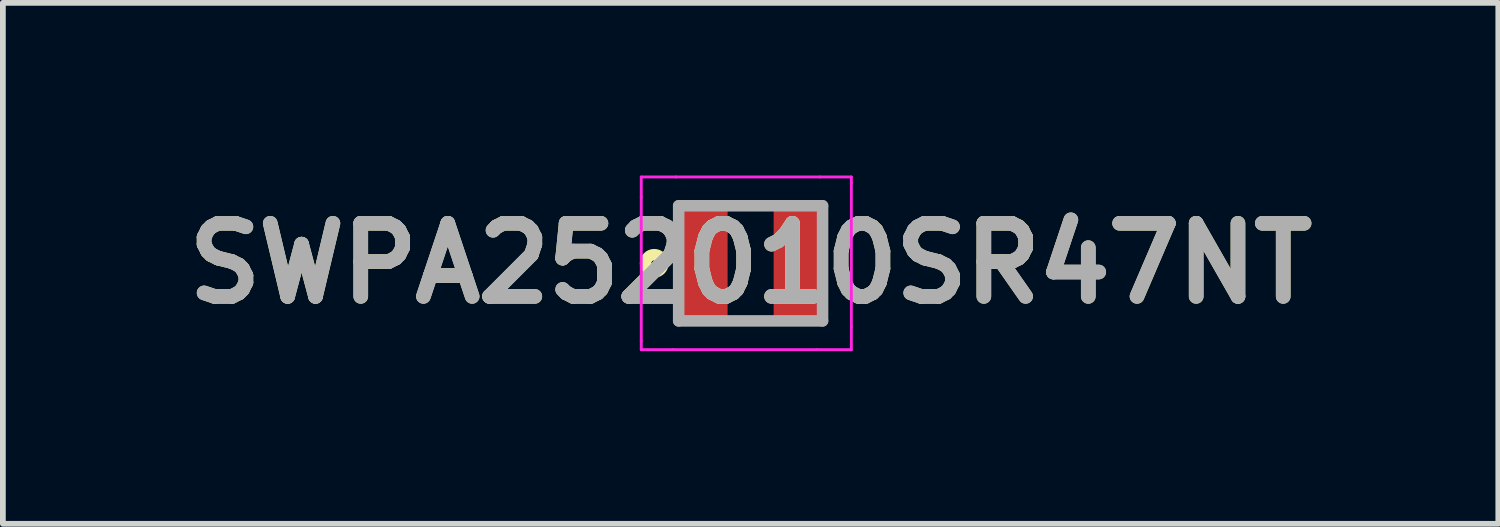
<source format=kicad_pcb>
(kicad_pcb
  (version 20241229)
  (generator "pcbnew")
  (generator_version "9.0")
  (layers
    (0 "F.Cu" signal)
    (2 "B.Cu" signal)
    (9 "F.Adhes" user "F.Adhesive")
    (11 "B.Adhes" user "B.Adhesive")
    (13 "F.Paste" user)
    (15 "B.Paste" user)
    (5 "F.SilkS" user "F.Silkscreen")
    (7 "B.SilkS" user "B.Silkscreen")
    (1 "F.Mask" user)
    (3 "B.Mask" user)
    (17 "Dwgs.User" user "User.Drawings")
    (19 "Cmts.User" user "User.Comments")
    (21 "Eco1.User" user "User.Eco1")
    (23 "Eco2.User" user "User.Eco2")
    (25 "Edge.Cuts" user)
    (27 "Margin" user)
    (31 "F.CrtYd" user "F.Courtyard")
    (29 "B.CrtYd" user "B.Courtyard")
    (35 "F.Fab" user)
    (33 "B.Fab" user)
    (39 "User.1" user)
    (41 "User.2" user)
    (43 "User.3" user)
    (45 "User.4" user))
  (footprint "SWPA252010SR47NT"
    (layer "F.Cu")
    (at 9.991 1.525)
    (property "Reference" "SWPA252010SR47NT" (at 0 0 0) (layer "F.SilkS") (effects (font (size 1.27 1.27) (thickness 0.254))))
    (attr smd)
    (fp_circle (center -1.675 0) (end -1.675 0.05) (stroke (width 0.2) (type solid)) (fill no) (layer "F.SilkS"))
    (fp_line (start -1.9 -1.5) (end -1.9 -1.15) (stroke (width 0.05) (type default)) (layer "F.CrtYd"))
    (fp_line (start -1.9 1.35) (end -1.9 -1.15) (stroke (width 0.05) (type solid)) (layer "F.CrtYd"))
    (fp_line (start -1.9 1.5) (end -1.9 1.35) (stroke (width 0.05) (type default)) (layer "F.CrtYd"))
    (fp_line (start -1.35 1.5) (end -1.9 1.5) (stroke (width 0.05) (type default)) (layer "F.CrtYd"))
    (fp_line (start -1.3 -1.5) (end -1.9 -1.5) (stroke (width 0.05) (type default)) (layer "F.CrtYd"))
    (fp_line (start -1.3 -1.5) (end 1.2 -1.5) (stroke (width 0.05) (type solid)) (layer "F.CrtYd"))
    (fp_line (start 1.15 1.5) (end -1.35 1.5) (stroke (width 0.05) (type solid)) (layer "F.CrtYd"))
    (fp_line (start 1.15 1.5) (end 1.75 1.5) (stroke (width 0.05) (type default)) (layer "F.CrtYd"))
    (fp_line (start 1.75 -1.5) (end 1.2 -1.5) (stroke (width 0.05) (type default)) (layer "F.CrtYd"))
    (fp_line (start 1.75 -1.4) (end 1.75 -1.5) (stroke (width 0.05) (type default)) (layer "F.CrtYd"))
    (fp_line (start 1.75 -1.4) (end 1.75 1.1) (stroke (width 0.05) (type solid)) (layer "F.CrtYd"))
    (fp_line (start 1.75 1.5) (end 1.75 1.1) (stroke (width 0.05) (type default)) (layer "F.CrtYd"))
    (fp_line (start -1.25 -1) (end 1.25 -1) (stroke (width 0.2) (type solid)) (layer "F.Fab"))
    (fp_line (start -1.25 1) (end -1.25 -1) (stroke (width 0.2) (type solid)) (layer "F.Fab"))
    (fp_line (start 1.25 -1) (end 1.25 1) (stroke (width 0.2) (type solid)) (layer "F.Fab"))
    (fp_line (start 1.25 1) (end -1.25 1) (stroke (width 0.2) (type solid)) (layer "F.Fab"))
    (fp_text user "${REFERENCE}" (at 0 0 0) (layer "F.Fab") (effects (font (size 1.27 1.27) (thickness 0.254))))
    (pad "1" smd rect (at -0.825 0) (size 0.85 2) (layers "F.Cu" "F.Mask" "F.Paste"))
    (pad "2" smd rect (at 0.825 0) (size 0.85 2) (layers "F.Cu" "F.Mask" "F.Paste")))
  (gr_rect
    (start -3 -3)
    (end 22.981 6.05)
    (stroke (width 0.1) (type default))
    (fill no)
    (layer "Edge.Cuts")))
</source>
